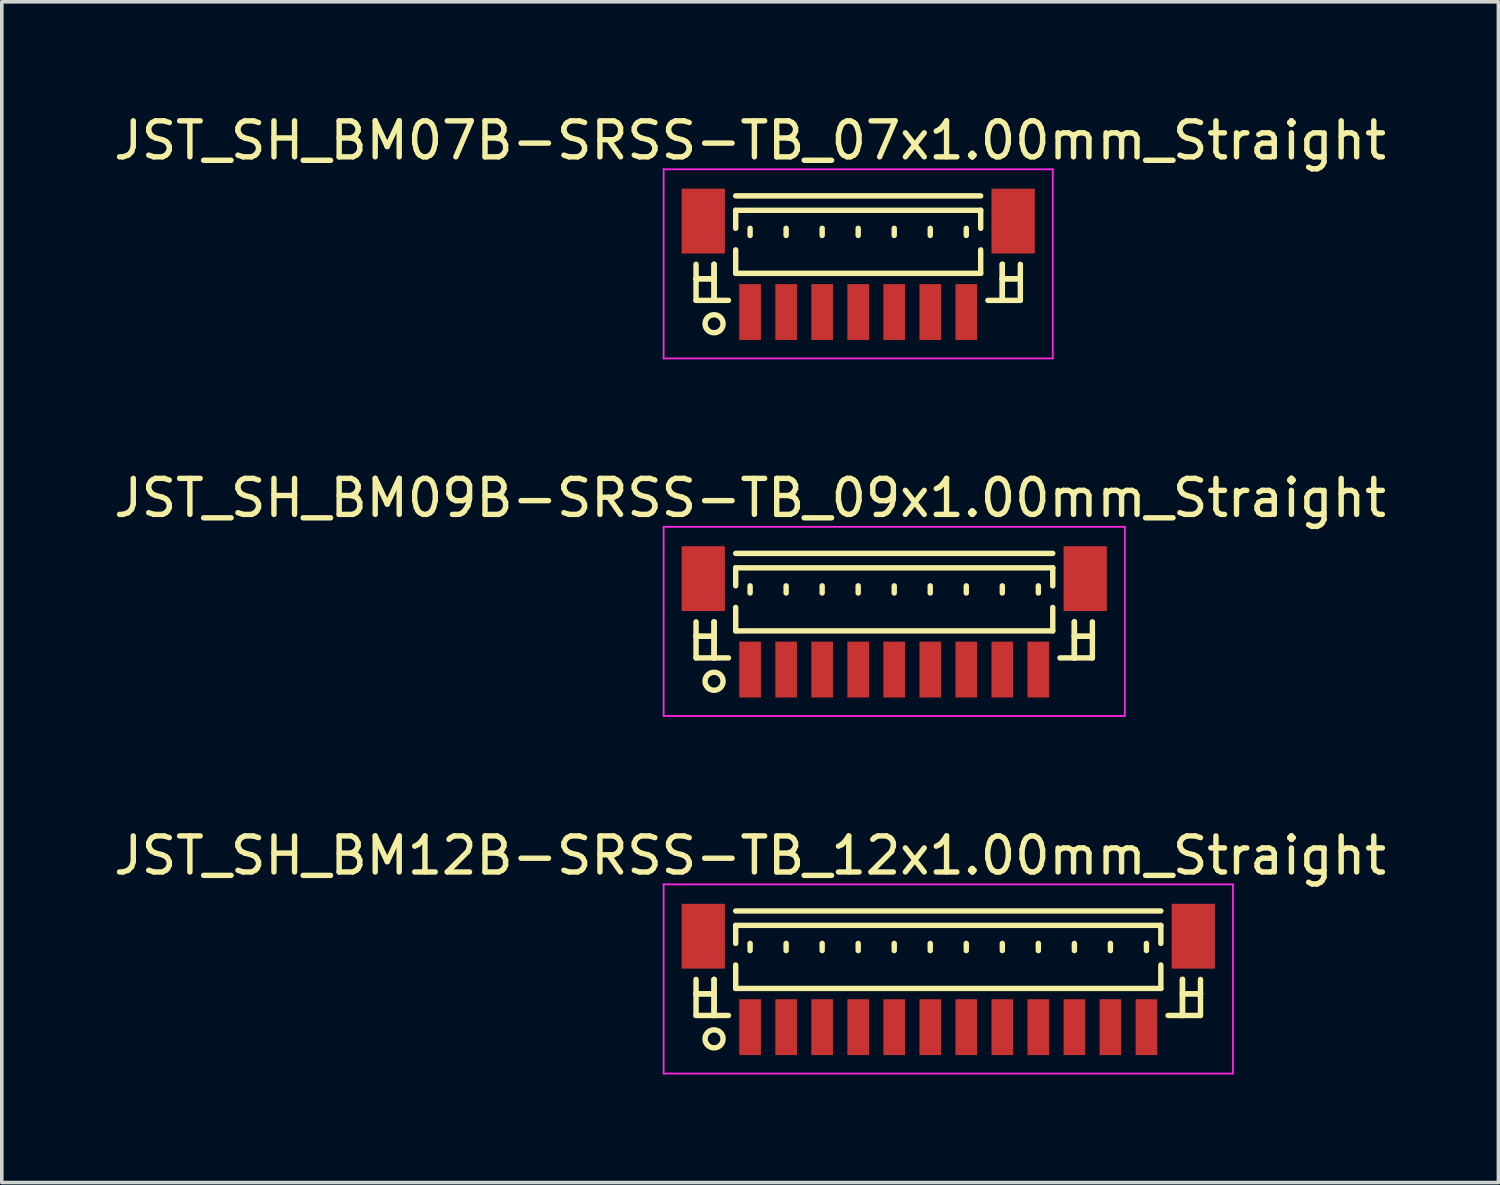
<source format=kicad_pcb>
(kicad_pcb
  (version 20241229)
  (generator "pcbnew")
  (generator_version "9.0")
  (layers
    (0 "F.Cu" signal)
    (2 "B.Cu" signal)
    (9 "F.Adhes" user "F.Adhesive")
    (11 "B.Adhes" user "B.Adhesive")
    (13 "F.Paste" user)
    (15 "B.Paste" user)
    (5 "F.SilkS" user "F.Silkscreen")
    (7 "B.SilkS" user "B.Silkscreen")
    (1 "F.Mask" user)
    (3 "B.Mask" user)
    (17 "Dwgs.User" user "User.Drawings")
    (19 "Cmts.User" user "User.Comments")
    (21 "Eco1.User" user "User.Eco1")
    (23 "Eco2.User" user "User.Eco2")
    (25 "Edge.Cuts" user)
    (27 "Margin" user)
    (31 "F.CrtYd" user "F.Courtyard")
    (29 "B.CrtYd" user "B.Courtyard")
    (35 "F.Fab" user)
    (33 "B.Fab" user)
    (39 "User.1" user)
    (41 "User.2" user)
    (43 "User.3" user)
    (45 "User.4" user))
  (footprint "JST_SH_BM09B-SRSS-TB_09x1.00mm_Straight"
    (layer "F.Cu")
    (at 21.768 14.271)
    (property "Reference" "JST_SH_BM09B-SRSS-TB_09x1.00mm_Straight" (at -4 -3.5 0) (layer "F.SilkS") (effects (font (size 1 1) (thickness 0.15))))
    (attr smd)
    (fp_line (start -5.5 -0.062) (end -5.5 0.938) (stroke (width 0.15) (type solid)) (layer "F.SilkS"))
    (fp_line (start -5.5 0.338) (end -5.5 0.338) (stroke (width 0.15) (type solid)) (layer "F.SilkS"))
    (fp_line (start -5.5 0.338) (end -5 0.338) (stroke (width 0.15) (type solid)) (layer "F.SilkS"))
    (fp_line (start -5.5 0.938) (end -4.6 0.938) (stroke (width 0.15) (type solid)) (layer "F.SilkS"))
    (fp_line (start -5 -0.062) (end -5 -0.062) (stroke (width 0.15) (type solid)) (layer "F.SilkS"))
    (fp_line (start -5 -0.062) (end -5 0.938) (stroke (width 0.15) (type solid)) (layer "F.SilkS"))
    (fp_line (start -5 0.338) (end -5.5 0.338) (stroke (width 0.15) (type solid)) (layer "F.SilkS"))
    (fp_line (start -5 0.338) (end -5 0.338) (stroke (width 0.15) (type solid)) (layer "F.SilkS"))
    (fp_line (start -5 0.938) (end -5 -0.062) (stroke (width 0.15) (type solid)) (layer "F.SilkS"))
    (fp_line (start -5 0.938) (end -5 0.938) (stroke (width 0.15) (type solid)) (layer "F.SilkS"))
    (fp_line (start -4.4 -1.962) (end 4.4 -1.962) (stroke (width 0.15) (type solid)) (layer "F.SilkS"))
    (fp_line (start -4.4 -1.562) (end 4.4 -1.562) (stroke (width 0.15) (type solid)) (layer "F.SilkS"))
    (fp_line (start -4.4 -1.062) (end -4.4 -1.562) (stroke (width 0.15) (type solid)) (layer "F.SilkS"))
    (fp_line (start -4.4 -0.463) (end -4.4 0.188) (stroke (width 0.15) (type solid)) (layer "F.SilkS"))
    (fp_line (start -4.4 0.188) (end 4.4 0.188) (stroke (width 0.15) (type solid)) (layer "F.SilkS"))
    (fp_line (start -4 -1.062) (end -4 -0.863) (stroke (width 0.15) (type solid)) (layer "F.SilkS"))
    (fp_line (start -3 -1.062) (end -3 -0.863) (stroke (width 0.15) (type solid)) (layer "F.SilkS"))
    (fp_line (start -2 -1.062) (end -2 -0.863) (stroke (width 0.15) (type solid)) (layer "F.SilkS"))
    (fp_line (start -1 -1.062) (end -1 -0.863) (stroke (width 0.15) (type solid)) (layer "F.SilkS"))
    (fp_line (start 0 -1.062) (end 0 -0.863) (stroke (width 0.15) (type solid)) (layer "F.SilkS"))
    (fp_line (start 1 -1.062) (end 1 -0.863) (stroke (width 0.15) (type solid)) (layer "F.SilkS"))
    (fp_line (start 2 -1.062) (end 2 -0.863) (stroke (width 0.15) (type solid)) (layer "F.SilkS"))
    (fp_line (start 3 -1.062) (end 3 -0.863) (stroke (width 0.15) (type solid)) (layer "F.SilkS"))
    (fp_line (start 4 -1.062) (end 4 -0.863) (stroke (width 0.15) (type solid)) (layer "F.SilkS"))
    (fp_line (start 4.4 -1.562) (end 4.4 -1.062) (stroke (width 0.15) (type solid)) (layer "F.SilkS"))
    (fp_line (start 4.4 0.188) (end 4.4 -0.463) (stroke (width 0.15) (type solid)) (layer "F.SilkS"))
    (fp_line (start 5 -0.062) (end 5 -0.062) (stroke (width 0.15) (type solid)) (layer "F.SilkS"))
    (fp_line (start 5 -0.062) (end 5 0.938) (stroke (width 0.15) (type solid)) (layer "F.SilkS"))
    (fp_line (start 5 0.338) (end 5 0.338) (stroke (width 0.15) (type solid)) (layer "F.SilkS"))
    (fp_line (start 5 0.338) (end 5.5 0.338) (stroke (width 0.15) (type solid)) (layer "F.SilkS"))
    (fp_line (start 5 0.938) (end 5 -0.062) (stroke (width 0.15) (type solid)) (layer "F.SilkS"))
    (fp_line (start 5 0.938) (end 5 0.938) (stroke (width 0.15) (type solid)) (layer "F.SilkS"))
    (fp_line (start 5.5 -0.062) (end 5.5 0.938) (stroke (width 0.15) (type solid)) (layer "F.SilkS"))
    (fp_line (start 5.5 0.338) (end 5 0.338) (stroke (width 0.15) (type solid)) (layer "F.SilkS"))
    (fp_line (start 5.5 0.338) (end 5.5 0.338) (stroke (width 0.15) (type solid)) (layer "F.SilkS"))
    (fp_line (start 5.5 0.938) (end 4.6 0.938) (stroke (width 0.15) (type solid)) (layer "F.SilkS"))
    (fp_circle (center -5 1.587) (end -4.75 1.587) (stroke (width 0.15) (type solid)) (fill no) (layer "F.SilkS"))
    (fp_line (start -6.4 -2.7) (end 6.4 -2.7) (stroke (width 0.05) (type solid)) (layer "F.CrtYd"))
    (fp_line (start -6.4 2.55) (end -6.4 -2.7) (stroke (width 0.05) (type solid)) (layer "F.CrtYd"))
    (fp_line (start 6.4 -2.7) (end 6.4 2.55) (stroke (width 0.05) (type solid)) (layer "F.CrtYd"))
    (fp_line (start 6.4 2.55) (end -6.4 2.55) (stroke (width 0.05) (type solid)) (layer "F.CrtYd"))
    (pad "" smd rect (at -5.3 -1.262) (size 1.2 1.8) (layers "F.Cu" "F.Mask" "F.Paste"))
    (pad "" smd rect (at 5.3 -1.262) (size 1.2 1.8) (layers "F.Cu" "F.Mask" "F.Paste"))
    (pad "1" smd rect (at -4 1.262) (size 0.6 1.55) (layers "F.Cu" "F.Mask" "F.Paste"))
    (pad "2" smd rect (at -3 1.262) (size 0.6 1.55) (layers "F.Cu" "F.Mask" "F.Paste"))
    (pad "3" smd rect (at -2 1.262) (size 0.6 1.55) (layers "F.Cu" "F.Mask" "F.Paste"))
    (pad "4" smd rect (at -1 1.262) (size 0.6 1.55) (layers "F.Cu" "F.Mask" "F.Paste"))
    (pad "5" smd rect (at 0 1.262) (size 0.6 1.55) (layers "F.Cu" "F.Mask" "F.Paste"))
    (pad "6" smd rect (at 1 1.262) (size 0.6 1.55) (layers "F.Cu" "F.Mask" "F.Paste"))
    (pad "7" smd rect (at 2 1.262) (size 0.6 1.55) (layers "F.Cu" "F.Mask" "F.Paste"))
    (pad "8" smd rect (at 3 1.262) (size 0.6 1.55) (layers "F.Cu" "F.Mask" "F.Paste"))
    (pad "9" smd rect (at 4 1.262) (size 0.6 1.55) (layers "F.Cu" "F.Mask" "F.Paste")))
  (footprint "JST_SH_BM07B-SRSS-TB_07x1.00mm_Straight"
    (layer "F.Cu")
    (at 20.768 4.348)
    (property "Reference" "JST_SH_BM07B-SRSS-TB_07x1.00mm_Straight" (at -3 -3.5 0) (layer "F.SilkS") (effects (font (size 1 1) (thickness 0.15))))
    (attr smd)
    (fp_line (start -4.5 -0.062) (end -4.5 0.938) (stroke (width 0.15) (type solid)) (layer "F.SilkS"))
    (fp_line (start -4.5 0.338) (end -4.5 0.338) (stroke (width 0.15) (type solid)) (layer "F.SilkS"))
    (fp_line (start -4.5 0.338) (end -4 0.338) (stroke (width 0.15) (type solid)) (layer "F.SilkS"))
    (fp_line (start -4.5 0.938) (end -3.6 0.938) (stroke (width 0.15) (type solid)) (layer "F.SilkS"))
    (fp_line (start -4 -0.062) (end -4 -0.062) (stroke (width 0.15) (type solid)) (layer "F.SilkS"))
    (fp_line (start -4 -0.062) (end -4 0.938) (stroke (width 0.15) (type solid)) (layer "F.SilkS"))
    (fp_line (start -4 0.338) (end -4.5 0.338) (stroke (width 0.15) (type solid)) (layer "F.SilkS"))
    (fp_line (start -4 0.338) (end -4 0.338) (stroke (width 0.15) (type solid)) (layer "F.SilkS"))
    (fp_line (start -4 0.938) (end -4 -0.062) (stroke (width 0.15) (type solid)) (layer "F.SilkS"))
    (fp_line (start -4 0.938) (end -4 0.938) (stroke (width 0.15) (type solid)) (layer "F.SilkS"))
    (fp_line (start -3.4 -1.962) (end 3.4 -1.962) (stroke (width 0.15) (type solid)) (layer "F.SilkS"))
    (fp_line (start -3.4 -1.562) (end 3.4 -1.562) (stroke (width 0.15) (type solid)) (layer "F.SilkS"))
    (fp_line (start -3.4 -1.062) (end -3.4 -1.562) (stroke (width 0.15) (type solid)) (layer "F.SilkS"))
    (fp_line (start -3.4 -0.463) (end -3.4 0.188) (stroke (width 0.15) (type solid)) (layer "F.SilkS"))
    (fp_line (start -3.4 0.188) (end 3.4 0.188) (stroke (width 0.15) (type solid)) (layer "F.SilkS"))
    (fp_line (start -3 -1.062) (end -3 -0.863) (stroke (width 0.15) (type solid)) (layer "F.SilkS"))
    (fp_line (start -2 -1.062) (end -2 -0.863) (stroke (width 0.15) (type solid)) (layer "F.SilkS"))
    (fp_line (start -1 -1.062) (end -1 -0.863) (stroke (width 0.15) (type solid)) (layer "F.SilkS"))
    (fp_line (start 0 -1.062) (end 0 -0.863) (stroke (width 0.15) (type solid)) (layer "F.SilkS"))
    (fp_line (start 1 -1.062) (end 1 -0.863) (stroke (width 0.15) (type solid)) (layer "F.SilkS"))
    (fp_line (start 2 -1.062) (end 2 -0.863) (stroke (width 0.15) (type solid)) (layer "F.SilkS"))
    (fp_line (start 3 -1.062) (end 3 -0.863) (stroke (width 0.15) (type solid)) (layer "F.SilkS"))
    (fp_line (start 3.4 -1.562) (end 3.4 -1.062) (stroke (width 0.15) (type solid)) (layer "F.SilkS"))
    (fp_line (start 3.4 0.188) (end 3.4 -0.463) (stroke (width 0.15) (type solid)) (layer "F.SilkS"))
    (fp_line (start 4 -0.062) (end 4 -0.062) (stroke (width 0.15) (type solid)) (layer "F.SilkS"))
    (fp_line (start 4 -0.062) (end 4 0.938) (stroke (width 0.15) (type solid)) (layer "F.SilkS"))
    (fp_line (start 4 0.338) (end 4 0.338) (stroke (width 0.15) (type solid)) (layer "F.SilkS"))
    (fp_line (start 4 0.338) (end 4.5 0.338) (stroke (width 0.15) (type solid)) (layer "F.SilkS"))
    (fp_line (start 4 0.938) (end 4 -0.062) (stroke (width 0.15) (type solid)) (layer "F.SilkS"))
    (fp_line (start 4 0.938) (end 4 0.938) (stroke (width 0.15) (type solid)) (layer "F.SilkS"))
    (fp_line (start 4.5 -0.062) (end 4.5 0.938) (stroke (width 0.15) (type solid)) (layer "F.SilkS"))
    (fp_line (start 4.5 0.338) (end 4 0.338) (stroke (width 0.15) (type solid)) (layer "F.SilkS"))
    (fp_line (start 4.5 0.338) (end 4.5 0.338) (stroke (width 0.15) (type solid)) (layer "F.SilkS"))
    (fp_line (start 4.5 0.938) (end 3.6 0.938) (stroke (width 0.15) (type solid)) (layer "F.SilkS"))
    (fp_circle (center -4 1.587) (end -3.75 1.587) (stroke (width 0.15) (type solid)) (fill no) (layer "F.SilkS"))
    (fp_line (start -5.4 -2.7) (end 5.4 -2.7) (stroke (width 0.05) (type solid)) (layer "F.CrtYd"))
    (fp_line (start -5.4 2.55) (end -5.4 -2.7) (stroke (width 0.05) (type solid)) (layer "F.CrtYd"))
    (fp_line (start 5.4 -2.7) (end 5.4 2.55) (stroke (width 0.05) (type solid)) (layer "F.CrtYd"))
    (fp_line (start 5.4 2.55) (end -5.4 2.55) (stroke (width 0.05) (type solid)) (layer "F.CrtYd"))
    (pad "" smd rect (at -4.3 -1.262) (size 1.2 1.8) (layers "F.Cu" "F.Mask" "F.Paste"))
    (pad "" smd rect (at 4.3 -1.262) (size 1.2 1.8) (layers "F.Cu" "F.Mask" "F.Paste"))
    (pad "1" smd rect (at -3 1.262) (size 0.6 1.55) (layers "F.Cu" "F.Mask" "F.Paste"))
    (pad "2" smd rect (at -2 1.262) (size 0.6 1.55) (layers "F.Cu" "F.Mask" "F.Paste"))
    (pad "3" smd rect (at -1 1.262) (size 0.6 1.55) (layers "F.Cu" "F.Mask" "F.Paste"))
    (pad "4" smd rect (at 0 1.262) (size 0.6 1.55) (layers "F.Cu" "F.Mask" "F.Paste"))
    (pad "5" smd rect (at 1 1.262) (size 0.6 1.55) (layers "F.Cu" "F.Mask" "F.Paste"))
    (pad "6" smd rect (at 2 1.262) (size 0.6 1.55) (layers "F.Cu" "F.Mask" "F.Paste"))
    (pad "7" smd rect (at 3 1.262) (size 0.6 1.55) (layers "F.Cu" "F.Mask" "F.Paste")))
  (footprint "JST_SH_BM12B-SRSS-TB_12x1.00mm_Straight"
    (layer "F.Cu")
    (at 23.268 24.195)
    (property "Reference" "JST_SH_BM12B-SRSS-TB_12x1.00mm_Straight" (at -5.5 -3.5 0) (layer "F.SilkS") (effects (font (size 1 1) (thickness 0.15))))
    (attr smd)
    (fp_line (start -7 -0.062) (end -7 0.938) (stroke (width 0.15) (type solid)) (layer "F.SilkS"))
    (fp_line (start -7 0.338) (end -7 0.338) (stroke (width 0.15) (type solid)) (layer "F.SilkS"))
    (fp_line (start -7 0.338) (end -6.5 0.338) (stroke (width 0.15) (type solid)) (layer "F.SilkS"))
    (fp_line (start -7 0.938) (end -6.1 0.938) (stroke (width 0.15) (type solid)) (layer "F.SilkS"))
    (fp_line (start -6.5 -0.062) (end -6.5 -0.062) (stroke (width 0.15) (type solid)) (layer "F.SilkS"))
    (fp_line (start -6.5 -0.062) (end -6.5 0.938) (stroke (width 0.15) (type solid)) (layer "F.SilkS"))
    (fp_line (start -6.5 0.338) (end -7 0.338) (stroke (width 0.15) (type solid)) (layer "F.SilkS"))
    (fp_line (start -6.5 0.338) (end -6.5 0.338) (stroke (width 0.15) (type solid)) (layer "F.SilkS"))
    (fp_line (start -6.5 0.938) (end -6.5 -0.062) (stroke (width 0.15) (type solid)) (layer "F.SilkS"))
    (fp_line (start -6.5 0.938) (end -6.5 0.938) (stroke (width 0.15) (type solid)) (layer "F.SilkS"))
    (fp_line (start -5.9 -1.962) (end 5.9 -1.962) (stroke (width 0.15) (type solid)) (layer "F.SilkS"))
    (fp_line (start -5.9 -1.562) (end 5.9 -1.562) (stroke (width 0.15) (type solid)) (layer "F.SilkS"))
    (fp_line (start -5.9 -1.062) (end -5.9 -1.562) (stroke (width 0.15) (type solid)) (layer "F.SilkS"))
    (fp_line (start -5.9 -0.463) (end -5.9 0.188) (stroke (width 0.15) (type solid)) (layer "F.SilkS"))
    (fp_line (start -5.9 0.188) (end 5.9 0.188) (stroke (width 0.15) (type solid)) (layer "F.SilkS"))
    (fp_line (start -5.5 -1.062) (end -5.5 -0.863) (stroke (width 0.15) (type solid)) (layer "F.SilkS"))
    (fp_line (start -4.5 -1.062) (end -4.5 -0.863) (stroke (width 0.15) (type solid)) (layer "F.SilkS"))
    (fp_line (start -3.5 -1.062) (end -3.5 -0.863) (stroke (width 0.15) (type solid)) (layer "F.SilkS"))
    (fp_line (start -2.5 -1.062) (end -2.5 -0.863) (stroke (width 0.15) (type solid)) (layer "F.SilkS"))
    (fp_line (start -1.5 -1.062) (end -1.5 -0.863) (stroke (width 0.15) (type solid)) (layer "F.SilkS"))
    (fp_line (start -0.5 -1.062) (end -0.5 -0.863) (stroke (width 0.15) (type solid)) (layer "F.SilkS"))
    (fp_line (start 0.5 -1.062) (end 0.5 -0.863) (stroke (width 0.15) (type solid)) (layer "F.SilkS"))
    (fp_line (start 1.5 -1.062) (end 1.5 -0.863) (stroke (width 0.15) (type solid)) (layer "F.SilkS"))
    (fp_line (start 2.5 -1.062) (end 2.5 -0.863) (stroke (width 0.15) (type solid)) (layer "F.SilkS"))
    (fp_line (start 3.5 -1.062) (end 3.5 -0.863) (stroke (width 0.15) (type solid)) (layer "F.SilkS"))
    (fp_line (start 4.5 -1.062) (end 4.5 -0.863) (stroke (width 0.15) (type solid)) (layer "F.SilkS"))
    (fp_line (start 5.5 -1.062) (end 5.5 -0.863) (stroke (width 0.15) (type solid)) (layer "F.SilkS"))
    (fp_line (start 5.9 -1.562) (end 5.9 -1.062) (stroke (width 0.15) (type solid)) (layer "F.SilkS"))
    (fp_line (start 5.9 0.188) (end 5.9 -0.463) (stroke (width 0.15) (type solid)) (layer "F.SilkS"))
    (fp_line (start 6.5 -0.062) (end 6.5 -0.062) (stroke (width 0.15) (type solid)) (layer "F.SilkS"))
    (fp_line (start 6.5 -0.062) (end 6.5 0.938) (stroke (width 0.15) (type solid)) (layer "F.SilkS"))
    (fp_line (start 6.5 0.338) (end 6.5 0.338) (stroke (width 0.15) (type solid)) (layer "F.SilkS"))
    (fp_line (start 6.5 0.338) (end 7 0.338) (stroke (width 0.15) (type solid)) (layer "F.SilkS"))
    (fp_line (start 6.5 0.938) (end 6.5 -0.062) (stroke (width 0.15) (type solid)) (layer "F.SilkS"))
    (fp_line (start 6.5 0.938) (end 6.5 0.938) (stroke (width 0.15) (type solid)) (layer "F.SilkS"))
    (fp_line (start 7 -0.062) (end 7 0.938) (stroke (width 0.15) (type solid)) (layer "F.SilkS"))
    (fp_line (start 7 0.338) (end 6.5 0.338) (stroke (width 0.15) (type solid)) (layer "F.SilkS"))
    (fp_line (start 7 0.338) (end 7 0.338) (stroke (width 0.15) (type solid)) (layer "F.SilkS"))
    (fp_line (start 7 0.938) (end 6.1 0.938) (stroke (width 0.15) (type solid)) (layer "F.SilkS"))
    (fp_circle (center -6.5 1.587) (end -6.25 1.587) (stroke (width 0.15) (type solid)) (fill no) (layer "F.SilkS"))
    (fp_line (start -7.9 -2.7) (end 7.9 -2.7) (stroke (width 0.05) (type solid)) (layer "F.CrtYd"))
    (fp_line (start -7.9 2.55) (end -7.9 -2.7) (stroke (width 0.05) (type solid)) (layer "F.CrtYd"))
    (fp_line (start 7.9 -2.7) (end 7.9 2.55) (stroke (width 0.05) (type solid)) (layer "F.CrtYd"))
    (fp_line (start 7.9 2.55) (end -7.9 2.55) (stroke (width 0.05) (type solid)) (layer "F.CrtYd"))
    (pad "" smd rect (at -6.8 -1.262) (size 1.2 1.8) (layers "F.Cu" "F.Mask" "F.Paste"))
    (pad "" smd rect (at 6.8 -1.262) (size 1.2 1.8) (layers "F.Cu" "F.Mask" "F.Paste"))
    (pad "1" smd rect (at -5.5 1.262) (size 0.6 1.55) (layers "F.Cu" "F.Mask" "F.Paste"))
    (pad "2" smd rect (at -4.5 1.262) (size 0.6 1.55) (layers "F.Cu" "F.Mask" "F.Paste"))
    (pad "3" smd rect (at -3.5 1.262) (size 0.6 1.55) (layers "F.Cu" "F.Mask" "F.Paste"))
    (pad "4" smd rect (at -2.5 1.262) (size 0.6 1.55) (layers "F.Cu" "F.Mask" "F.Paste"))
    (pad "5" smd rect (at -1.5 1.262) (size 0.6 1.55) (layers "F.Cu" "F.Mask" "F.Paste"))
    (pad "6" smd rect (at -0.5 1.262) (size 0.6 1.55) (layers "F.Cu" "F.Mask" "F.Paste"))
    (pad "7" smd rect (at 0.5 1.262) (size 0.6 1.55) (layers "F.Cu" "F.Mask" "F.Paste"))
    (pad "8" smd rect (at 1.5 1.262) (size 0.6 1.55) (layers "F.Cu" "F.Mask" "F.Paste"))
    (pad "9" smd rect (at 2.5 1.262) (size 0.6 1.55) (layers "F.Cu" "F.Mask" "F.Paste"))
    (pad "10" smd rect (at 3.5 1.262) (size 0.6 1.55) (layers "F.Cu" "F.Mask" "F.Paste"))
    (pad "11" smd rect (at 4.5 1.262) (size 0.6 1.55) (layers "F.Cu" "F.Mask" "F.Paste"))
    (pad "12" smd rect (at 5.5 1.262) (size 0.6 1.55) (layers "F.Cu" "F.Mask" "F.Paste")))
  (gr_rect
    (start -3 -3)
    (end 38.536 29.77)
    (stroke (width 0.1) (type default))
    (fill no)
    (layer "Edge.Cuts")))
</source>
